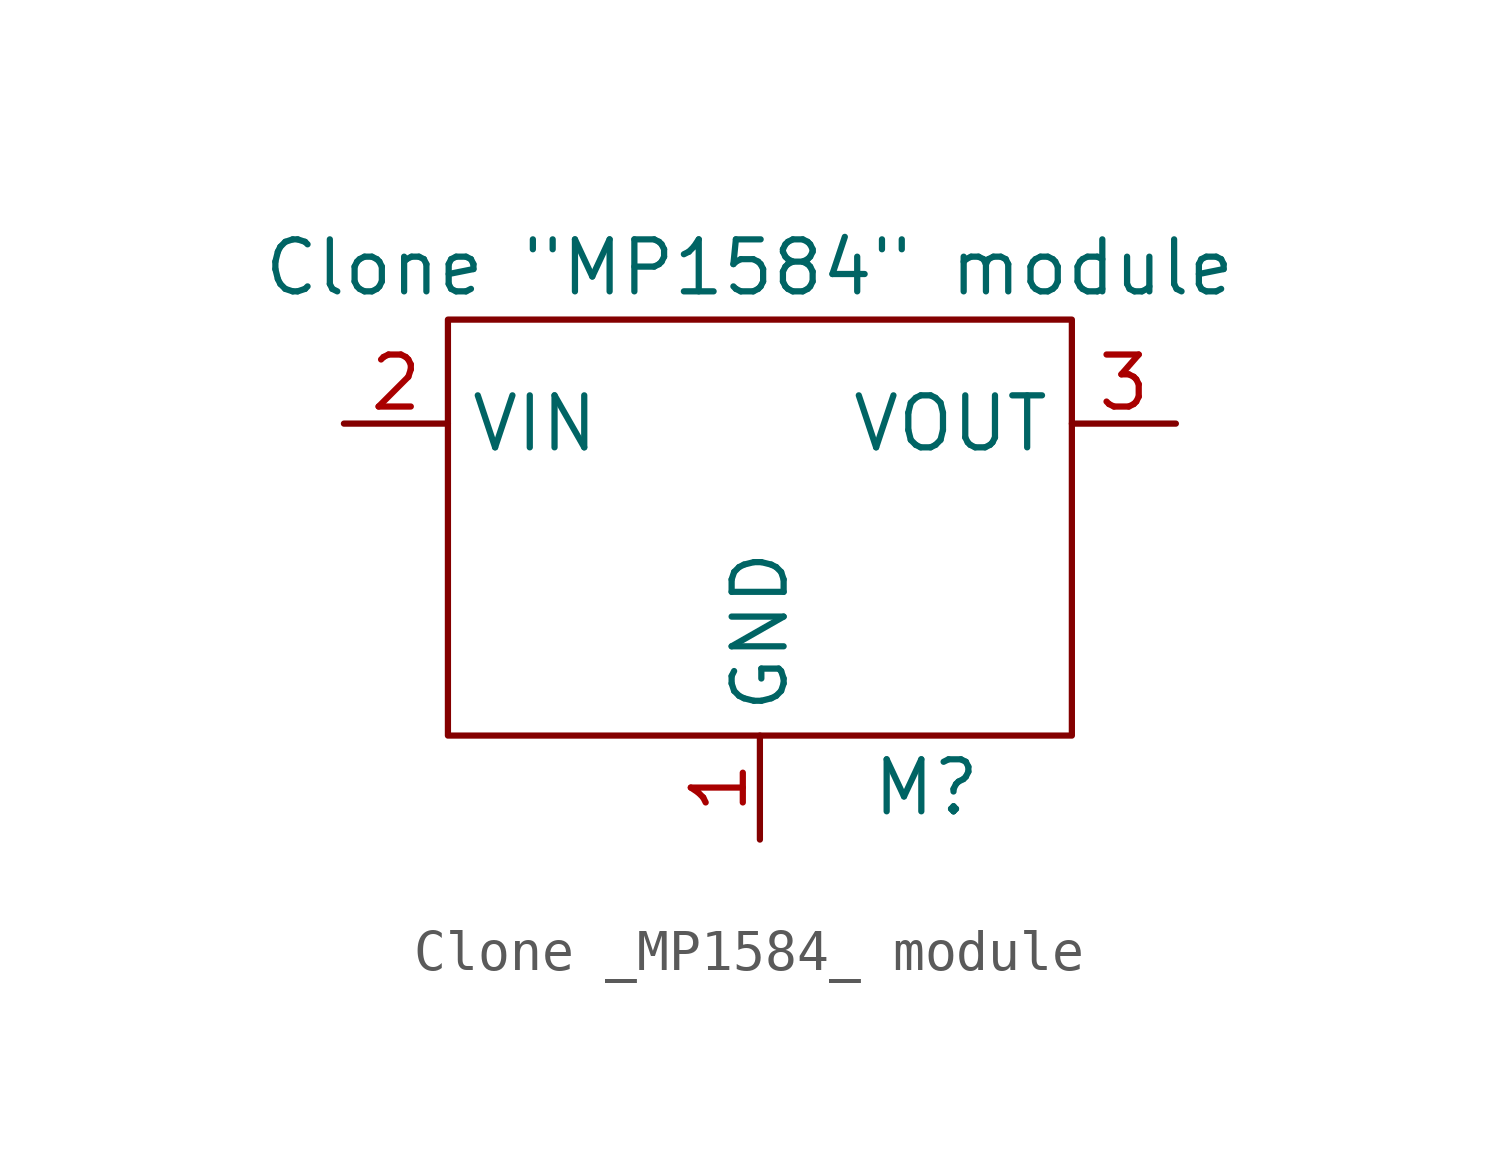
<source format=kicad_sym>
(kicad_symbol_lib
  (version 20241209)
  (generator "kicad_symbol_editor")
  (generator_version "9.0")
  (symbol "Clone _MP1584_ module"
    (property "Reference" "M"
      (at 4.064 -7.62 0)
      (effects (font (size 1.27 1.27))))
    (property "Value" "Clone \"MP1584\" module"
      (at -0.254 5.08 0)
      (effects (font (size 1.27 1.27))))
    (symbol "Clone _MP1584_ module_0_1"
      (rectangle (start -7.62 3.81) (end 7.62 -6.35) (stroke (width 0) (type default)) (fill (type none))))
    (symbol "Clone _MP1584_ module_1_1"
      (pin power_in line (at -10.16 1.27 0) (length 2.54) (name "VIN" (effects (font (size 1.27 1.27)))) (number "2" (effects (font (size 1.27 1.27)))))
      (pin power_in line (at 0 -8.89 90) (length 2.54) (name "GND" (effects (font (size 1.27 1.27)))) (number "1" (effects (font (size 1.27 1.27)))))
      (pin power_out line (at 10.16 1.27 180) (length 2.54) (name "VOUT" (effects (font (size 1.27 1.27)))) (number "3" (effects (font (size 1.27 1.27))))))))
</source>
